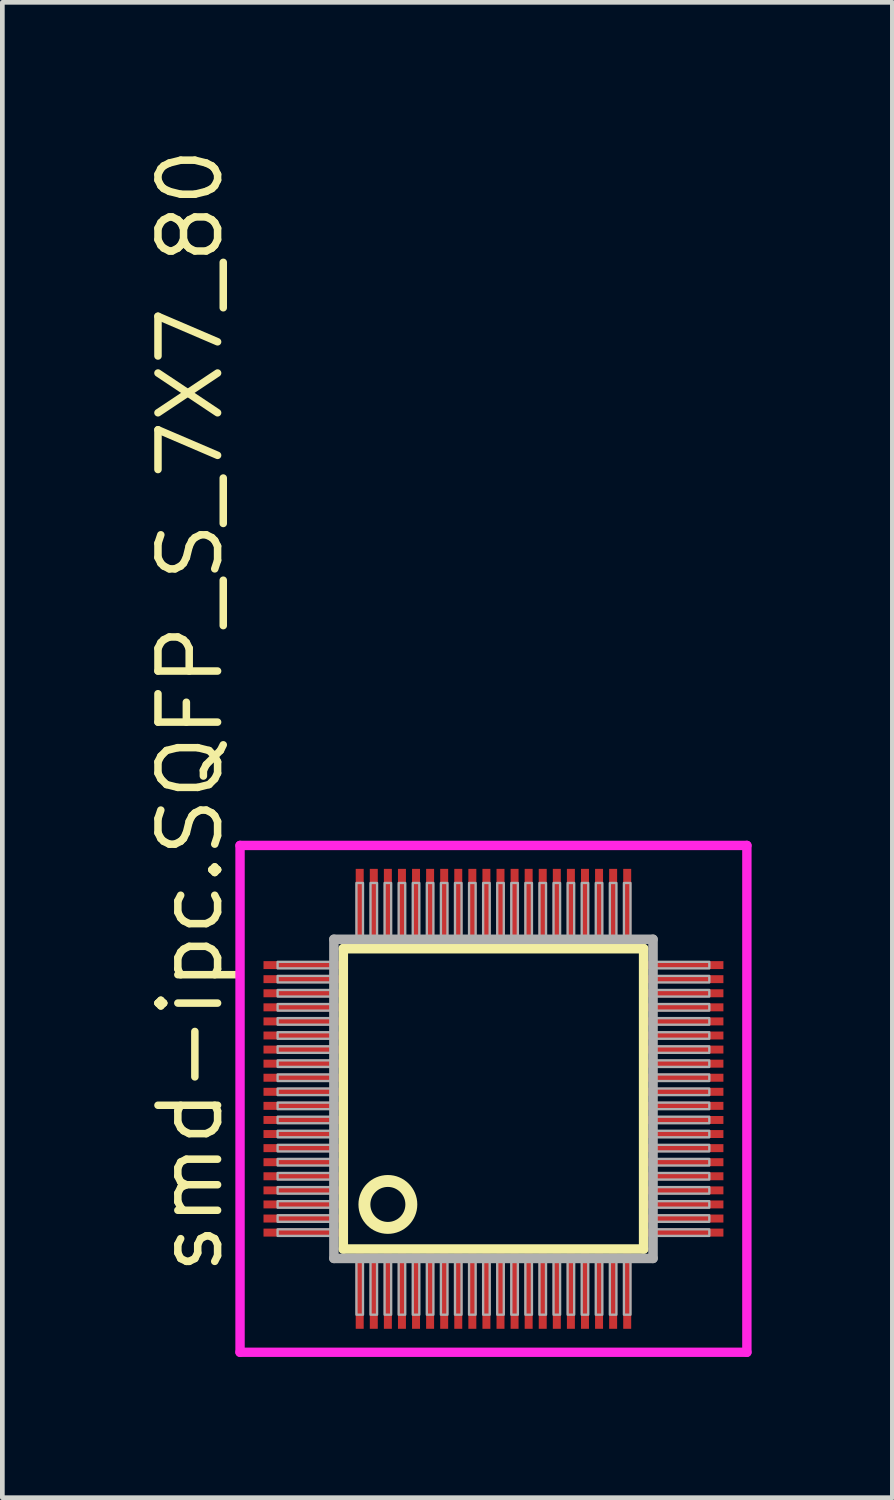
<source format=kicad_pcb>
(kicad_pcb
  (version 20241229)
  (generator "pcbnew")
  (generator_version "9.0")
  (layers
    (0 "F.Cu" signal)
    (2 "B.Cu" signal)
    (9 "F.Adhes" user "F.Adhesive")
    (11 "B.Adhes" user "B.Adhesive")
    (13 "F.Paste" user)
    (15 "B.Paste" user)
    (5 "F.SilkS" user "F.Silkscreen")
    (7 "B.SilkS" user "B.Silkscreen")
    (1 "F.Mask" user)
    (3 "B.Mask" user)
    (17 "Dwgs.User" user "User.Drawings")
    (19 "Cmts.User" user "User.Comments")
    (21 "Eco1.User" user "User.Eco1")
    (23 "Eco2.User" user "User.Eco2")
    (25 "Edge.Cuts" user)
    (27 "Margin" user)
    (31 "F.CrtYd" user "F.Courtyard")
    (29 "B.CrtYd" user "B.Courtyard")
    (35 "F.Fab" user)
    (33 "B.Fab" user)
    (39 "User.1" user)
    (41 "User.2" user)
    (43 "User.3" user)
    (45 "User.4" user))
  (footprint "smd-ipc.SQFP_S_7X7_80"
    (layer "F.Cu")
    (at 7.465 20.365)
    (property "Reference" "smd-ipc.SQFP_S_7X7_80" (at -5.715 3.81 90) (layer "F.SilkS") (effects (font (size 1.27 1.27) (thickness 0.16)) (justify left bottom)))
    (attr smd)
    (fp_line (start -3.2 -3.2) (end 3.2 -3.2) (stroke (width 0.203) (type default)) (layer "F.SilkS"))
    (fp_line (start -3.2 3.2) (end -3.2 -3.2) (stroke (width 0.203) (type default)) (layer "F.SilkS"))
    (fp_line (start 3.2 -3.2) (end 3.2 3.2) (stroke (width 0.203) (type default)) (layer "F.SilkS"))
    (fp_line (start 3.2 3.2) (end -3.2 3.2) (stroke (width 0.203) (type default)) (layer "F.SilkS"))
    (fp_circle (center -2.25 2.25) (end -1.75 2.25) (stroke (width 0.254) (type default)) (fill no) (layer "F.SilkS"))
    (fp_line (start -5.4 -5.4) (end 5.4 -5.4) (stroke (width 0.2) (type default)) (layer "F.CrtYd"))
    (fp_line (start -5.4 5.4) (end -5.4 -5.4) (stroke (width 0.2) (type default)) (layer "F.CrtYd"))
    (fp_line (start 5.4 -5.4) (end 5.4 5.4) (stroke (width 0.2) (type default)) (layer "F.CrtYd"))
    (fp_line (start 5.4 5.4) (end -5.4 5.4) (stroke (width 0.2) (type default)) (layer "F.CrtYd"))
    (fp_line (start -3.4 -3.4) (end -3.4 3.4) (stroke (width 0.203) (type default)) (layer "F.Fab"))
    (fp_line (start -3.4 3.4) (end 3.4 3.4) (stroke (width 0.203) (type default)) (layer "F.Fab"))
    (fp_line (start 3.4 -3.4) (end -3.4 -3.4) (stroke (width 0.203) (type default)) (layer "F.Fab"))
    (fp_line (start 3.4 3.4) (end 3.4 -3.4) (stroke (width 0.203) (type default)) (layer "F.Fab"))
    (fp_rect (start -4.6 -2.78) (end -3.45 -2.92) (stroke (width 0.05) (type default)) (fill no) (layer "F.Fab"))
    (fp_rect (start -4.6 -2.48) (end -3.45 -2.62) (stroke (width 0.05) (type default)) (fill no) (layer "F.Fab"))
    (fp_rect (start -4.6 -2.18) (end -3.45 -2.32) (stroke (width 0.05) (type default)) (fill no) (layer "F.Fab"))
    (fp_rect (start -4.6 -1.88) (end -3.45 -2.02) (stroke (width 0.05) (type default)) (fill no) (layer "F.Fab"))
    (fp_rect (start -4.6 -1.58) (end -3.45 -1.72) (stroke (width 0.05) (type default)) (fill no) (layer "F.Fab"))
    (fp_rect (start -4.6 -1.28) (end -3.45 -1.42) (stroke (width 0.05) (type default)) (fill no) (layer "F.Fab"))
    (fp_rect (start -4.6 -0.98) (end -3.45 -1.12) (stroke (width 0.05) (type default)) (fill no) (layer "F.Fab"))
    (fp_rect (start -4.6 -0.68) (end -3.45 -0.82) (stroke (width 0.05) (type default)) (fill no) (layer "F.Fab"))
    (fp_rect (start -4.6 -0.38) (end -3.45 -0.52) (stroke (width 0.05) (type default)) (fill no) (layer "F.Fab"))
    (fp_rect (start -4.6 -0.08) (end -3.45 -0.22) (stroke (width 0.05) (type default)) (fill no) (layer "F.Fab"))
    (fp_rect (start -4.6 0.22) (end -3.45 0.08) (stroke (width 0.05) (type default)) (fill no) (layer "F.Fab"))
    (fp_rect (start -4.6 0.52) (end -3.45 0.38) (stroke (width 0.05) (type default)) (fill no) (layer "F.Fab"))
    (fp_rect (start -4.6 0.82) (end -3.45 0.68) (stroke (width 0.05) (type default)) (fill no) (layer "F.Fab"))
    (fp_rect (start -4.6 1.12) (end -3.45 0.98) (stroke (width 0.05) (type default)) (fill no) (layer "F.Fab"))
    (fp_rect (start -4.6 1.42) (end -3.45 1.28) (stroke (width 0.05) (type default)) (fill no) (layer "F.Fab"))
    (fp_rect (start -4.6 1.72) (end -3.45 1.58) (stroke (width 0.05) (type default)) (fill no) (layer "F.Fab"))
    (fp_rect (start -4.6 2.02) (end -3.45 1.88) (stroke (width 0.05) (type default)) (fill no) (layer "F.Fab"))
    (fp_rect (start -4.6 2.32) (end -3.45 2.18) (stroke (width 0.05) (type default)) (fill no) (layer "F.Fab"))
    (fp_rect (start -4.6 2.62) (end -3.45 2.48) (stroke (width 0.05) (type default)) (fill no) (layer "F.Fab"))
    (fp_rect (start -4.6 2.92) (end -3.45 2.78) (stroke (width 0.05) (type default)) (fill no) (layer "F.Fab"))
    (fp_rect (start -2.92 -3.45) (end -2.78 -4.6) (stroke (width 0.05) (type default)) (fill no) (layer "F.Fab"))
    (fp_rect (start -2.92 4.6) (end -2.78 3.45) (stroke (width 0.05) (type default)) (fill no) (layer "F.Fab"))
    (fp_rect (start -2.62 -3.45) (end -2.48 -4.6) (stroke (width 0.05) (type default)) (fill no) (layer "F.Fab"))
    (fp_rect (start -2.62 4.6) (end -2.48 3.45) (stroke (width 0.05) (type default)) (fill no) (layer "F.Fab"))
    (fp_rect (start -2.32 -3.45) (end -2.18 -4.6) (stroke (width 0.05) (type default)) (fill no) (layer "F.Fab"))
    (fp_rect (start -2.32 4.6) (end -2.18 3.45) (stroke (width 0.05) (type default)) (fill no) (layer "F.Fab"))
    (fp_rect (start -2.02 -3.45) (end -1.88 -4.6) (stroke (width 0.05) (type default)) (fill no) (layer "F.Fab"))
    (fp_rect (start -2.02 4.6) (end -1.88 3.45) (stroke (width 0.05) (type default)) (fill no) (layer "F.Fab"))
    (fp_rect (start -1.72 -3.45) (end -1.58 -4.6) (stroke (width 0.05) (type default)) (fill no) (layer "F.Fab"))
    (fp_rect (start -1.72 4.6) (end -1.58 3.45) (stroke (width 0.05) (type default)) (fill no) (layer "F.Fab"))
    (fp_rect (start -1.42 -3.45) (end -1.28 -4.6) (stroke (width 0.05) (type default)) (fill no) (layer "F.Fab"))
    (fp_rect (start -1.42 4.6) (end -1.28 3.45) (stroke (width 0.05) (type default)) (fill no) (layer "F.Fab"))
    (fp_rect (start -1.12 -3.45) (end -0.98 -4.6) (stroke (width 0.05) (type default)) (fill no) (layer "F.Fab"))
    (fp_rect (start -1.12 4.6) (end -0.98 3.45) (stroke (width 0.05) (type default)) (fill no) (layer "F.Fab"))
    (fp_rect (start -0.82 -3.45) (end -0.68 -4.6) (stroke (width 0.05) (type default)) (fill no) (layer "F.Fab"))
    (fp_rect (start -0.82 4.6) (end -0.68 3.45) (stroke (width 0.05) (type default)) (fill no) (layer "F.Fab"))
    (fp_rect (start -0.52 -3.45) (end -0.38 -4.6) (stroke (width 0.05) (type default)) (fill no) (layer "F.Fab"))
    (fp_rect (start -0.52 4.6) (end -0.38 3.45) (stroke (width 0.05) (type default)) (fill no) (layer "F.Fab"))
    (fp_rect (start -0.22 -3.45) (end -0.08 -4.6) (stroke (width 0.05) (type default)) (fill no) (layer "F.Fab"))
    (fp_rect (start -0.22 4.6) (end -0.08 3.45) (stroke (width 0.05) (type default)) (fill no) (layer "F.Fab"))
    (fp_rect (start 0.08 -3.45) (end 0.22 -4.6) (stroke (width 0.05) (type default)) (fill no) (layer "F.Fab"))
    (fp_rect (start 0.08 4.6) (end 0.22 3.45) (stroke (width 0.05) (type default)) (fill no) (layer "F.Fab"))
    (fp_rect (start 0.38 -3.45) (end 0.52 -4.6) (stroke (width 0.05) (type default)) (fill no) (layer "F.Fab"))
    (fp_rect (start 0.38 4.6) (end 0.52 3.45) (stroke (width 0.05) (type default)) (fill no) (layer "F.Fab"))
    (fp_rect (start 0.68 -3.45) (end 0.82 -4.6) (stroke (width 0.05) (type default)) (fill no) (layer "F.Fab"))
    (fp_rect (start 0.68 4.6) (end 0.82 3.45) (stroke (width 0.05) (type default)) (fill no) (layer "F.Fab"))
    (fp_rect (start 0.98 -3.45) (end 1.12 -4.6) (stroke (width 0.05) (type default)) (fill no) (layer "F.Fab"))
    (fp_rect (start 0.98 4.6) (end 1.12 3.45) (stroke (width 0.05) (type default)) (fill no) (layer "F.Fab"))
    (fp_rect (start 1.28 -3.45) (end 1.42 -4.6) (stroke (width 0.05) (type default)) (fill no) (layer "F.Fab"))
    (fp_rect (start 1.28 4.6) (end 1.42 3.45) (stroke (width 0.05) (type default)) (fill no) (layer "F.Fab"))
    (fp_rect (start 1.58 -3.45) (end 1.72 -4.6) (stroke (width 0.05) (type default)) (fill no) (layer "F.Fab"))
    (fp_rect (start 1.58 4.6) (end 1.72 3.45) (stroke (width 0.05) (type default)) (fill no) (layer "F.Fab"))
    (fp_rect (start 1.88 -3.45) (end 2.02 -4.6) (stroke (width 0.05) (type default)) (fill no) (layer "F.Fab"))
    (fp_rect (start 1.88 4.6) (end 2.02 3.45) (stroke (width 0.05) (type default)) (fill no) (layer "F.Fab"))
    (fp_rect (start 2.18 -3.45) (end 2.32 -4.6) (stroke (width 0.05) (type default)) (fill no) (layer "F.Fab"))
    (fp_rect (start 2.18 4.6) (end 2.32 3.45) (stroke (width 0.05) (type default)) (fill no) (layer "F.Fab"))
    (fp_rect (start 2.48 -3.45) (end 2.62 -4.6) (stroke (width 0.05) (type default)) (fill no) (layer "F.Fab"))
    (fp_rect (start 2.48 4.6) (end 2.62 3.45) (stroke (width 0.05) (type default)) (fill no) (layer "F.Fab"))
    (fp_rect (start 2.78 -3.45) (end 2.92 -4.6) (stroke (width 0.05) (type default)) (fill no) (layer "F.Fab"))
    (fp_rect (start 2.78 4.6) (end 2.92 3.45) (stroke (width 0.05) (type default)) (fill no) (layer "F.Fab"))
    (fp_rect (start 3.45 -2.78) (end 4.6 -2.92) (stroke (width 0.05) (type default)) (fill no) (layer "F.Fab"))
    (fp_rect (start 3.45 -2.48) (end 4.6 -2.62) (stroke (width 0.05) (type default)) (fill no) (layer "F.Fab"))
    (fp_rect (start 3.45 -2.18) (end 4.6 -2.32) (stroke (width 0.05) (type default)) (fill no) (layer "F.Fab"))
    (fp_rect (start 3.45 -1.88) (end 4.6 -2.02) (stroke (width 0.05) (type default)) (fill no) (layer "F.Fab"))
    (fp_rect (start 3.45 -1.58) (end 4.6 -1.72) (stroke (width 0.05) (type default)) (fill no) (layer "F.Fab"))
    (fp_rect (start 3.45 -1.28) (end 4.6 -1.42) (stroke (width 0.05) (type default)) (fill no) (layer "F.Fab"))
    (fp_rect (start 3.45 -0.98) (end 4.6 -1.12) (stroke (width 0.05) (type default)) (fill no) (layer "F.Fab"))
    (fp_rect (start 3.45 -0.68) (end 4.6 -0.82) (stroke (width 0.05) (type default)) (fill no) (layer "F.Fab"))
    (fp_rect (start 3.45 -0.38) (end 4.6 -0.52) (stroke (width 0.05) (type default)) (fill no) (layer "F.Fab"))
    (fp_rect (start 3.45 -0.08) (end 4.6 -0.22) (stroke (width 0.05) (type default)) (fill no) (layer "F.Fab"))
    (fp_rect (start 3.45 0.22) (end 4.6 0.08) (stroke (width 0.05) (type default)) (fill no) (layer "F.Fab"))
    (fp_rect (start 3.45 0.52) (end 4.6 0.38) (stroke (width 0.05) (type default)) (fill no) (layer "F.Fab"))
    (fp_rect (start 3.45 0.82) (end 4.6 0.68) (stroke (width 0.05) (type default)) (fill no) (layer "F.Fab"))
    (fp_rect (start 3.45 1.12) (end 4.6 0.98) (stroke (width 0.05) (type default)) (fill no) (layer "F.Fab"))
    (fp_rect (start 3.45 1.42) (end 4.6 1.28) (stroke (width 0.05) (type default)) (fill no) (layer "F.Fab"))
    (fp_rect (start 3.45 1.72) (end 4.6 1.58) (stroke (width 0.05) (type default)) (fill no) (layer "F.Fab"))
    (fp_rect (start 3.45 2.02) (end 4.6 1.88) (stroke (width 0.05) (type default)) (fill no) (layer "F.Fab"))
    (fp_rect (start 3.45 2.32) (end 4.6 2.18) (stroke (width 0.05) (type default)) (fill no) (layer "F.Fab"))
    (fp_rect (start 3.45 2.62) (end 4.6 2.48) (stroke (width 0.05) (type default)) (fill no) (layer "F.Fab"))
    (fp_rect (start 3.45 2.92) (end 4.6 2.78) (stroke (width 0.05) (type default)) (fill no) (layer "F.Fab"))
    (pad "1" smd roundrect (at -2.85 4.1) (size 0.17 1.6) (layers "F.Cu" "F.Mask" "F.Paste") (roundrect_rratio 0.01))
    (pad "2" smd roundrect (at -2.55 4.1) (size 0.17 1.6) (layers "F.Cu" "F.Mask" "F.Paste") (roundrect_rratio 0.01))
    (pad "3" smd roundrect (at -2.25 4.1) (size 0.17 1.6) (layers "F.Cu" "F.Mask" "F.Paste") (roundrect_rratio 0.01))
    (pad "4" smd roundrect (at -1.95 4.1) (size 0.17 1.6) (layers "F.Cu" "F.Mask" "F.Paste") (roundrect_rratio 0.01))
    (pad "5" smd roundrect (at -1.65 4.1) (size 0.17 1.6) (layers "F.Cu" "F.Mask" "F.Paste") (roundrect_rratio 0.01))
    (pad "6" smd roundrect (at -1.35 4.1) (size 0.17 1.6) (layers "F.Cu" "F.Mask" "F.Paste") (roundrect_rratio 0.01))
    (pad "7" smd roundrect (at -1.05 4.1) (size 0.17 1.6) (layers "F.Cu" "F.Mask" "F.Paste") (roundrect_rratio 0.01))
    (pad "8" smd roundrect (at -0.75 4.1) (size 0.17 1.6) (layers "F.Cu" "F.Mask" "F.Paste") (roundrect_rratio 0.01))
    (pad "9" smd roundrect (at -0.45 4.1) (size 0.17 1.6) (layers "F.Cu" "F.Mask" "F.Paste") (roundrect_rratio 0.01))
    (pad "10" smd roundrect (at -0.15 4.1) (size 0.17 1.6) (layers "F.Cu" "F.Mask" "F.Paste") (roundrect_rratio 0.01))
    (pad "11" smd roundrect (at 0.15 4.1) (size 0.17 1.6) (layers "F.Cu" "F.Mask" "F.Paste") (roundrect_rratio 0.01))
    (pad "12" smd roundrect (at 0.45 4.1) (size 0.17 1.6) (layers "F.Cu" "F.Mask" "F.Paste") (roundrect_rratio 0.01))
    (pad "13" smd roundrect (at 0.75 4.1) (size 0.17 1.6) (layers "F.Cu" "F.Mask" "F.Paste") (roundrect_rratio 0.01))
    (pad "14" smd roundrect (at 1.05 4.1) (size 0.17 1.6) (layers "F.Cu" "F.Mask" "F.Paste") (roundrect_rratio 0.01))
    (pad "15" smd roundrect (at 1.35 4.1) (size 0.17 1.6) (layers "F.Cu" "F.Mask" "F.Paste") (roundrect_rratio 0.01))
    (pad "16" smd roundrect (at 1.65 4.1) (size 0.17 1.6) (layers "F.Cu" "F.Mask" "F.Paste") (roundrect_rratio 0.01))
    (pad "17" smd roundrect (at 1.95 4.1) (size 0.17 1.6) (layers "F.Cu" "F.Mask" "F.Paste") (roundrect_rratio 0.01))
    (pad "18" smd roundrect (at 2.25 4.1) (size 0.17 1.6) (layers "F.Cu" "F.Mask" "F.Paste") (roundrect_rratio 0.01))
    (pad "19" smd roundrect (at 2.55 4.1) (size 0.17 1.6) (layers "F.Cu" "F.Mask" "F.Paste") (roundrect_rratio 0.01))
    (pad "20" smd roundrect (at 2.85 4.1) (size 0.17 1.6) (layers "F.Cu" "F.Mask" "F.Paste") (roundrect_rratio 0.01))
    (pad "21" smd roundrect (at 4.1 2.85) (size 1.6 0.17) (layers "F.Cu" "F.Mask" "F.Paste") (roundrect_rratio 0.01))
    (pad "22" smd roundrect (at 4.1 2.55) (size 1.6 0.17) (layers "F.Cu" "F.Mask" "F.Paste") (roundrect_rratio 0.01))
    (pad "23" smd roundrect (at 4.1 2.25) (size 1.6 0.17) (layers "F.Cu" "F.Mask" "F.Paste") (roundrect_rratio 0.01))
    (pad "24" smd roundrect (at 4.1 1.95) (size 1.6 0.17) (layers "F.Cu" "F.Mask" "F.Paste") (roundrect_rratio 0.01))
    (pad "25" smd roundrect (at 4.1 1.65) (size 1.6 0.17) (layers "F.Cu" "F.Mask" "F.Paste") (roundrect_rratio 0.01))
    (pad "26" smd roundrect (at 4.1 1.35) (size 1.6 0.17) (layers "F.Cu" "F.Mask" "F.Paste") (roundrect_rratio 0.01))
    (pad "27" smd roundrect (at 4.1 1.05) (size 1.6 0.17) (layers "F.Cu" "F.Mask" "F.Paste") (roundrect_rratio 0.01))
    (pad "28" smd roundrect (at 4.1 0.75) (size 1.6 0.17) (layers "F.Cu" "F.Mask" "F.Paste") (roundrect_rratio 0.01))
    (pad "29" smd roundrect (at 4.1 0.45) (size 1.6 0.17) (layers "F.Cu" "F.Mask" "F.Paste") (roundrect_rratio 0.01))
    (pad "30" smd roundrect (at 4.1 0.15) (size 1.6 0.17) (layers "F.Cu" "F.Mask" "F.Paste") (roundrect_rratio 0.01))
    (pad "31" smd roundrect (at 4.1 -0.15) (size 1.6 0.17) (layers "F.Cu" "F.Mask" "F.Paste") (roundrect_rratio 0.01))
    (pad "32" smd roundrect (at 4.1 -0.45) (size 1.6 0.17) (layers "F.Cu" "F.Mask" "F.Paste") (roundrect_rratio 0.01))
    (pad "33" smd roundrect (at 4.1 -0.75) (size 1.6 0.17) (layers "F.Cu" "F.Mask" "F.Paste") (roundrect_rratio 0.01))
    (pad "34" smd roundrect (at 4.1 -1.05) (size 1.6 0.17) (layers "F.Cu" "F.Mask" "F.Paste") (roundrect_rratio 0.01))
    (pad "35" smd roundrect (at 4.1 -1.35) (size 1.6 0.17) (layers "F.Cu" "F.Mask" "F.Paste") (roundrect_rratio 0.01))
    (pad "36" smd roundrect (at 4.1 -1.65) (size 1.6 0.17) (layers "F.Cu" "F.Mask" "F.Paste") (roundrect_rratio 0.01))
    (pad "37" smd roundrect (at 4.1 -1.95) (size 1.6 0.17) (layers "F.Cu" "F.Mask" "F.Paste") (roundrect_rratio 0.01))
    (pad "38" smd roundrect (at 4.1 -2.25) (size 1.6 0.17) (layers "F.Cu" "F.Mask" "F.Paste") (roundrect_rratio 0.01))
    (pad "39" smd roundrect (at 4.1 -2.55) (size 1.6 0.17) (layers "F.Cu" "F.Mask" "F.Paste") (roundrect_rratio 0.01))
    (pad "40" smd roundrect (at 4.1 -2.85) (size 1.6 0.17) (layers "F.Cu" "F.Mask" "F.Paste") (roundrect_rratio 0.01))
    (pad "41" smd roundrect (at 2.85 -4.1) (size 0.17 1.6) (layers "F.Cu" "F.Mask" "F.Paste") (roundrect_rratio 0.01))
    (pad "42" smd roundrect (at 2.55 -4.1) (size 0.17 1.6) (layers "F.Cu" "F.Mask" "F.Paste") (roundrect_rratio 0.01))
    (pad "43" smd roundrect (at 2.25 -4.1) (size 0.17 1.6) (layers "F.Cu" "F.Mask" "F.Paste") (roundrect_rratio 0.01))
    (pad "44" smd roundrect (at 1.95 -4.1) (size 0.17 1.6) (layers "F.Cu" "F.Mask" "F.Paste") (roundrect_rratio 0.01))
    (pad "45" smd roundrect (at 1.65 -4.1) (size 0.17 1.6) (layers "F.Cu" "F.Mask" "F.Paste") (roundrect_rratio 0.01))
    (pad "46" smd roundrect (at 1.35 -4.1) (size 0.17 1.6) (layers "F.Cu" "F.Mask" "F.Paste") (roundrect_rratio 0.01))
    (pad "47" smd roundrect (at 1.05 -4.1) (size 0.17 1.6) (layers "F.Cu" "F.Mask" "F.Paste") (roundrect_rratio 0.01))
    (pad "48" smd roundrect (at 0.75 -4.1) (size 0.17 1.6) (layers "F.Cu" "F.Mask" "F.Paste") (roundrect_rratio 0.01))
    (pad "49" smd roundrect (at 0.45 -4.1) (size 0.17 1.6) (layers "F.Cu" "F.Mask" "F.Paste") (roundrect_rratio 0.01))
    (pad "50" smd roundrect (at 0.15 -4.1) (size 0.17 1.6) (layers "F.Cu" "F.Mask" "F.Paste") (roundrect_rratio 0.01))
    (pad "51" smd roundrect (at -0.15 -4.1) (size 0.17 1.6) (layers "F.Cu" "F.Mask" "F.Paste") (roundrect_rratio 0.01))
    (pad "52" smd roundrect (at -0.45 -4.1) (size 0.17 1.6) (layers "F.Cu" "F.Mask" "F.Paste") (roundrect_rratio 0.01))
    (pad "53" smd roundrect (at -0.75 -4.1) (size 0.17 1.6) (layers "F.Cu" "F.Mask" "F.Paste") (roundrect_rratio 0.01))
    (pad "54" smd roundrect (at -1.05 -4.1) (size 0.17 1.6) (layers "F.Cu" "F.Mask" "F.Paste") (roundrect_rratio 0.01))
    (pad "55" smd roundrect (at -1.35 -4.1) (size 0.17 1.6) (layers "F.Cu" "F.Mask" "F.Paste") (roundrect_rratio 0.01))
    (pad "56" smd roundrect (at -1.65 -4.1) (size 0.17 1.6) (layers "F.Cu" "F.Mask" "F.Paste") (roundrect_rratio 0.01))
    (pad "57" smd roundrect (at -1.95 -4.1) (size 0.17 1.6) (layers "F.Cu" "F.Mask" "F.Paste") (roundrect_rratio 0.01))
    (pad "58" smd roundrect (at -2.25 -4.1) (size 0.17 1.6) (layers "F.Cu" "F.Mask" "F.Paste") (roundrect_rratio 0.01))
    (pad "59" smd roundrect (at -2.55 -4.1) (size 0.17 1.6) (layers "F.Cu" "F.Mask" "F.Paste") (roundrect_rratio 0.01))
    (pad "60" smd roundrect (at -2.85 -4.1) (size 0.17 1.6) (layers "F.Cu" "F.Mask" "F.Paste") (roundrect_rratio 0.01))
    (pad "61" smd roundrect (at -4.1 -2.85) (size 1.6 0.17) (layers "F.Cu" "F.Mask" "F.Paste") (roundrect_rratio 0.01))
    (pad "62" smd roundrect (at -4.1 -2.55) (size 1.6 0.17) (layers "F.Cu" "F.Mask" "F.Paste") (roundrect_rratio 0.01))
    (pad "63" smd roundrect (at -4.1 -2.25) (size 1.6 0.17) (layers "F.Cu" "F.Mask" "F.Paste") (roundrect_rratio 0.01))
    (pad "64" smd roundrect (at -4.1 -1.95) (size 1.6 0.17) (layers "F.Cu" "F.Mask" "F.Paste") (roundrect_rratio 0.01))
    (pad "65" smd roundrect (at -4.1 -1.65) (size 1.6 0.17) (layers "F.Cu" "F.Mask" "F.Paste") (roundrect_rratio 0.01))
    (pad "66" smd roundrect (at -4.1 -1.35) (size 1.6 0.17) (layers "F.Cu" "F.Mask" "F.Paste") (roundrect_rratio 0.01))
    (pad "67" smd roundrect (at -4.1 -1.05) (size 1.6 0.17) (layers "F.Cu" "F.Mask" "F.Paste") (roundrect_rratio 0.01))
    (pad "68" smd roundrect (at -4.1 -0.75) (size 1.6 0.17) (layers "F.Cu" "F.Mask" "F.Paste") (roundrect_rratio 0.01))
    (pad "69" smd roundrect (at -4.1 -0.45) (size 1.6 0.17) (layers "F.Cu" "F.Mask" "F.Paste") (roundrect_rratio 0.01))
    (pad "70" smd roundrect (at -4.1 -0.15) (size 1.6 0.17) (layers "F.Cu" "F.Mask" "F.Paste") (roundrect_rratio 0.01))
    (pad "71" smd roundrect (at -4.1 0.15) (size 1.6 0.17) (layers "F.Cu" "F.Mask" "F.Paste") (roundrect_rratio 0.01))
    (pad "72" smd roundrect (at -4.1 0.45) (size 1.6 0.17) (layers "F.Cu" "F.Mask" "F.Paste") (roundrect_rratio 0.01))
    (pad "73" smd roundrect (at -4.1 0.75) (size 1.6 0.17) (layers "F.Cu" "F.Mask" "F.Paste") (roundrect_rratio 0.01))
    (pad "74" smd roundrect (at -4.1 1.05) (size 1.6 0.17) (layers "F.Cu" "F.Mask" "F.Paste") (roundrect_rratio 0.01))
    (pad "75" smd roundrect (at -4.1 1.35) (size 1.6 0.17) (layers "F.Cu" "F.Mask" "F.Paste") (roundrect_rratio 0.01))
    (pad "76" smd roundrect (at -4.1 1.65) (size 1.6 0.17) (layers "F.Cu" "F.Mask" "F.Paste") (roundrect_rratio 0.01))
    (pad "77" smd roundrect (at -4.1 1.95) (size 1.6 0.17) (layers "F.Cu" "F.Mask" "F.Paste") (roundrect_rratio 0.01))
    (pad "78" smd roundrect (at -4.1 2.25) (size 1.6 0.17) (layers "F.Cu" "F.Mask" "F.Paste") (roundrect_rratio 0.01))
    (pad "79" smd roundrect (at -4.1 2.55) (size 1.6 0.17) (layers "F.Cu" "F.Mask" "F.Paste") (roundrect_rratio 0.01))
    (pad "80" smd roundrect (at -4.1 2.85) (size 1.6 0.17) (layers "F.Cu" "F.Mask" "F.Paste") (roundrect_rratio 0.01)))
  (gr_rect
    (start -3 -3)
    (end 15.965 28.864)
    (stroke (width 0.1) (type default))
    (fill no)
    (layer "Edge.Cuts")))
</source>
